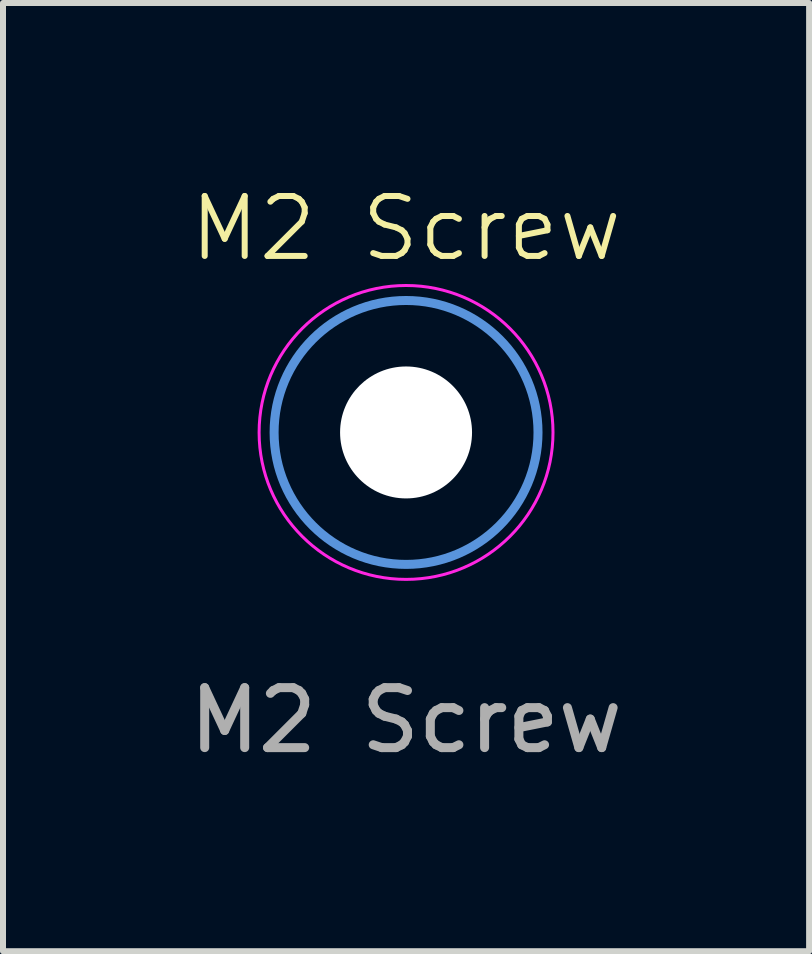
<source format=kicad_pcb>
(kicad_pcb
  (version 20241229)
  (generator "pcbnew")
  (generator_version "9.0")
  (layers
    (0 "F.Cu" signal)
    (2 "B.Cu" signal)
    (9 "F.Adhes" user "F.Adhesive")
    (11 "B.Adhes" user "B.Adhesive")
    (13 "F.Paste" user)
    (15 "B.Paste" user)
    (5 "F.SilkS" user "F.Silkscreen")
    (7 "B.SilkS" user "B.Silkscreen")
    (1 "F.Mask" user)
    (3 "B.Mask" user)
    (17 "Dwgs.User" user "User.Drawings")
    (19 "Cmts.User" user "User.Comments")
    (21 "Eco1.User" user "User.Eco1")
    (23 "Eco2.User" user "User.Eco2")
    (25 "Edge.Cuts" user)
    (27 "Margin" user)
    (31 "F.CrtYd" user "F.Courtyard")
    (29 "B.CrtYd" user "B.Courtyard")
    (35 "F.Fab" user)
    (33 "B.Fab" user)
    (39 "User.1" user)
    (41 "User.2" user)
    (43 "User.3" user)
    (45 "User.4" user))
  (footprint "M2 Screw"
    (layer "F.Cu")
    (at 3.72 4.16)
    (property "Reference" "M2 Screw" (at 0 -3.4 0) (unlocked yes) (layer "F.SilkS") (effects (font (size 1 1) (thickness 0.1))))
    (attr through_hole)
    (fp_circle (center 0 0) (end 2.2 0) (stroke (width 0.15) (type solid)) (fill no) (layer "Cmts.User"))
    (fp_circle (center 0 0) (end 2.45 0) (stroke (width 0.05) (type solid)) (fill no) (layer "F.CrtYd"))
    (fp_text user "${REFERENCE}" (at 0 4.8 0) (unlocked yes) (layer "F.Fab") (effects (font (size 1 1) (thickness 0.15))))
    (pad "" np_thru_hole circle (at 0 0) (size 2.2 2.2) (drill 2.2) (layers "*.Cu" "*.Mask")))
  (gr_rect
    (start -3 -3)
    (end 10.44 12.809)
    (stroke (width 0.1) (type default))
    (fill no)
    (layer "Edge.Cuts")))
</source>
